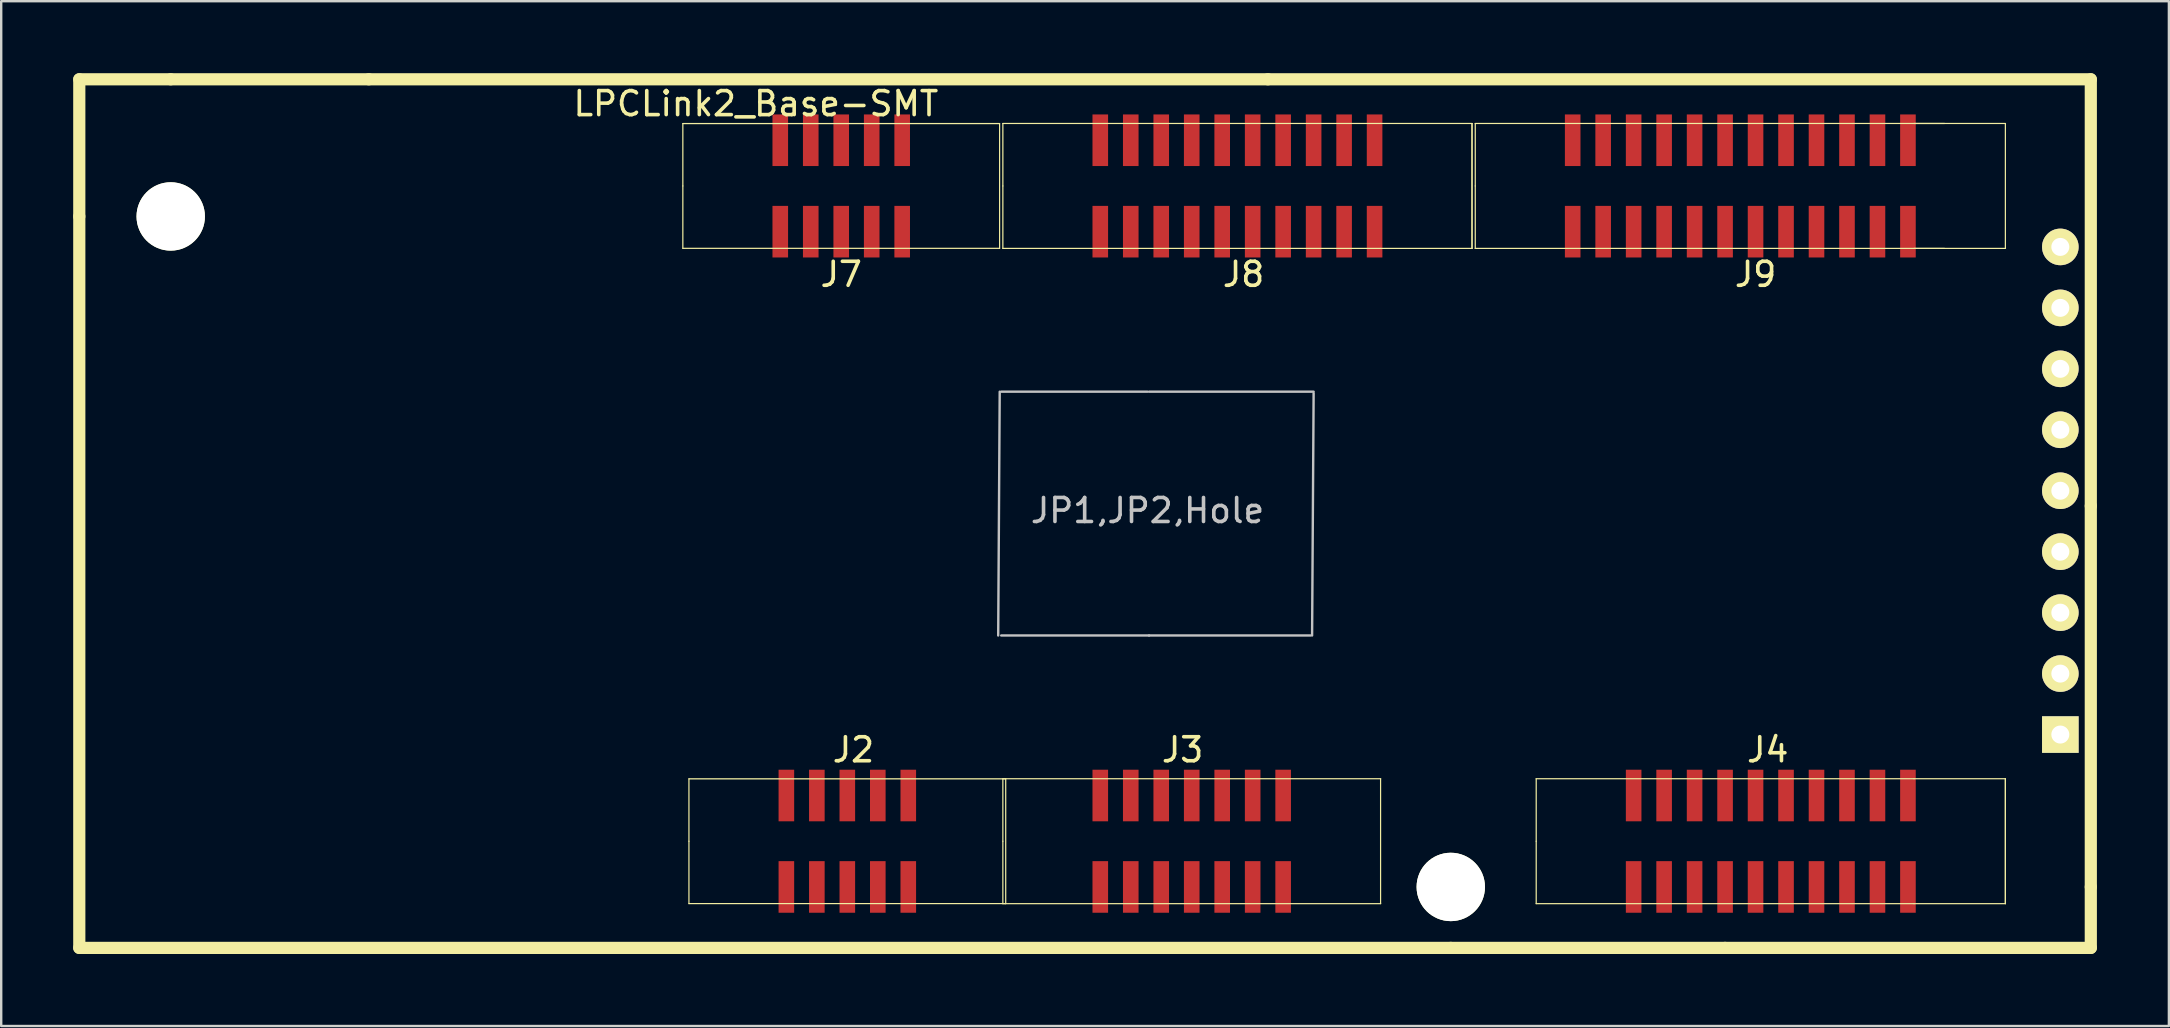
<source format=kicad_pcb>
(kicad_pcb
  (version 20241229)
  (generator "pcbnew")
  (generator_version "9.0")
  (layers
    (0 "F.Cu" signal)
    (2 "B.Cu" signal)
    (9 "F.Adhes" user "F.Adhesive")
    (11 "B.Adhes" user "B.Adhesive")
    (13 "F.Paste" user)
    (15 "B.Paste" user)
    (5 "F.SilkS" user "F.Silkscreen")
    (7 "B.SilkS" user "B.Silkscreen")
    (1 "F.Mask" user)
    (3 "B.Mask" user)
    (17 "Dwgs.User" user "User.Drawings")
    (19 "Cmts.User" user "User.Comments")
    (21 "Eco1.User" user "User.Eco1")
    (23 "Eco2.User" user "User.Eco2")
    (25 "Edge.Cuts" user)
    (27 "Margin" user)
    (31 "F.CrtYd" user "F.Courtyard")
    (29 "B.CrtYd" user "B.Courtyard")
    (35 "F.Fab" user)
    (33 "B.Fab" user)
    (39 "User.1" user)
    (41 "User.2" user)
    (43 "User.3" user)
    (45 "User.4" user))
  (footprint "LPCLink2_Base-SMT"
    (layer "F.Cu")
    (at 41.148 22.098)
    (property "Reference" "LPCLink2_Base-SMT" (at -12.7 -20.828 0) (layer "F.SilkS") (effects (font (size 1 1) (thickness 0.15))))
    (attr through_hole)
    (fp_line (start -40.894 -21.844) (end -40.894 -16.129) (stroke (width 0.508) (type solid)) (layer "F.SilkS"))
    (fp_line (start -40.894 14.351) (end -40.894 -16.129) (stroke (width 0.508) (type solid)) (layer "F.SilkS"))
    (fp_line (start -37.084 -21.844) (end -40.894 -21.844) (stroke (width 0.508) (type solid)) (layer "F.SilkS"))
    (fp_line (start -37.084 -21.844) (end -28.829 -21.844) (stroke (width 0.508) (type solid)) (layer "F.SilkS"))
    (fp_line (start -28.829 -21.844) (end 8.636 -21.844) (stroke (width 0.508) (type solid)) (layer "F.SilkS"))
    (fp_line (start -15.744 -19.999) (end -2.544 -19.999) (stroke (width 0.05) (type solid)) (layer "F.SilkS"))
    (fp_line (start -15.744 -17.399) (end -15.744 -19.999) (stroke (width 0.05) (type solid)) (layer "F.SilkS"))
    (fp_line (start -15.744 -14.799) (end -15.744 -17.399) (stroke (width 0.05) (type solid)) (layer "F.SilkS"))
    (fp_line (start -15.49 7.306) (end -2.29 7.306) (stroke (width 0.05) (type solid)) (layer "F.SilkS"))
    (fp_line (start -15.49 9.906) (end -15.49 7.306) (stroke (width 0.05) (type solid)) (layer "F.SilkS"))
    (fp_line (start -15.49 12.506) (end -15.49 9.906) (stroke (width 0.05) (type solid)) (layer "F.SilkS"))
    (fp_line (start -2.544 -19.999) (end -2.544 -14.799) (stroke (width 0.05) (type solid)) (layer "F.SilkS"))
    (fp_line (start -2.544 -14.799) (end -15.744 -14.799) (stroke (width 0.05) (type solid)) (layer "F.SilkS"))
    (fp_line (start -2.413 -20.003) (end 13.335 -20.003) (stroke (width 0.05) (type solid)) (layer "F.SilkS"))
    (fp_line (start -2.413 7.303) (end 13.335 7.303) (stroke (width 0.05) (type solid)) (layer "F.SilkS"))
    (fp_line (start -2.409 -17.399) (end -2.409 -19.999) (stroke (width 0.05) (type solid)) (layer "F.SilkS"))
    (fp_line (start -2.409 -14.799) (end -2.409 -17.399) (stroke (width 0.05) (type solid)) (layer "F.SilkS"))
    (fp_line (start -2.409 9.906) (end -2.409 7.306) (stroke (width 0.05) (type solid)) (layer "F.SilkS"))
    (fp_line (start -2.409 12.506) (end -2.409 9.906) (stroke (width 0.05) (type solid)) (layer "F.SilkS"))
    (fp_line (start -2.29 7.306) (end -2.29 12.506) (stroke (width 0.05) (type solid)) (layer "F.SilkS"))
    (fp_line (start -2.29 12.506) (end -15.49 12.506) (stroke (width 0.05) (type solid)) (layer "F.SilkS"))
    (fp_line (start 8.636 -21.844) (end 42.926 -21.844) (stroke (width 0.508) (type solid)) (layer "F.SilkS"))
    (fp_line (start 13.331 7.306) (end 13.331 12.506) (stroke (width 0.05) (type solid)) (layer "F.SilkS"))
    (fp_line (start 13.335 -20.003) (end 17.145 -20.003) (stroke (width 0.05) (type solid)) (layer "F.SilkS"))
    (fp_line (start 13.335 -14.796) (end -2.413 -14.796) (stroke (width 0.05) (type solid)) (layer "F.SilkS"))
    (fp_line (start 13.335 -14.796) (end 17.145 -14.796) (stroke (width 0.05) (type solid)) (layer "F.SilkS"))
    (fp_line (start 13.335 12.509) (end -2.413 12.509) (stroke (width 0.05) (type solid)) (layer "F.SilkS"))
    (fp_line (start 16.256 14.351) (end -40.894 14.351) (stroke (width 0.508) (type solid)) (layer "F.SilkS"))
    (fp_line (start 16.256 14.351) (end 27.686 14.351) (stroke (width 0.508) (type solid)) (layer "F.SilkS"))
    (fp_line (start 17.141 -19.999) (end 17.141 -14.799) (stroke (width 0.05) (type solid)) (layer "F.SilkS"))
    (fp_line (start 17.141 -19.999) (end 17.141 -14.799) (stroke (width 0.05) (type solid)) (layer "F.SilkS"))
    (fp_line (start 17.272 -20.003) (end 33.02 -20.003) (stroke (width 0.05) (type solid)) (layer "F.SilkS"))
    (fp_line (start 17.276 -17.399) (end 17.276 -19.999) (stroke (width 0.05) (type solid)) (layer "F.SilkS"))
    (fp_line (start 17.276 -14.799) (end 17.276 -17.399) (stroke (width 0.05) (type solid)) (layer "F.SilkS"))
    (fp_line (start 19.812 7.303) (end 35.56 7.303) (stroke (width 0.05) (type solid)) (layer "F.SilkS"))
    (fp_line (start 19.816 9.906) (end 19.816 7.306) (stroke (width 0.05) (type solid)) (layer "F.SilkS"))
    (fp_line (start 19.816 12.506) (end 19.816 9.906) (stroke (width 0.05) (type solid)) (layer "F.SilkS"))
    (fp_line (start 27.686 14.351) (end 42.926 14.351) (stroke (width 0.508) (type solid)) (layer "F.SilkS"))
    (fp_line (start 33.02 -20.003) (end 36.83 -20.003) (stroke (width 0.05) (type solid)) (layer "F.SilkS"))
    (fp_line (start 33.02 -14.796) (end 17.272 -14.796) (stroke (width 0.05) (type solid)) (layer "F.SilkS"))
    (fp_line (start 33.02 -14.796) (end 36.83 -14.796) (stroke (width 0.05) (type solid)) (layer "F.SilkS"))
    (fp_line (start 35.56 -20.003) (end 39.37 -20.003) (stroke (width 0.05) (type solid)) (layer "F.SilkS"))
    (fp_line (start 35.56 -14.796) (end 39.37 -14.796) (stroke (width 0.05) (type solid)) (layer "F.SilkS"))
    (fp_line (start 35.56 7.303) (end 39.37 7.303) (stroke (width 0.05) (type solid)) (layer "F.SilkS"))
    (fp_line (start 35.56 12.509) (end 19.812 12.509) (stroke (width 0.05) (type solid)) (layer "F.SilkS"))
    (fp_line (start 35.56 12.509) (end 39.37 12.509) (stroke (width 0.05) (type solid)) (layer "F.SilkS"))
    (fp_line (start 39.366 -19.999) (end 39.366 -14.799) (stroke (width 0.05) (type solid)) (layer "F.SilkS"))
    (fp_line (start 39.366 7.306) (end 39.366 12.506) (stroke (width 0.05) (type solid)) (layer "F.SilkS"))
    (fp_line (start 39.366 7.306) (end 39.366 12.506) (stroke (width 0.05) (type solid)) (layer "F.SilkS"))
    (fp_line (start 42.926 -21.844) (end 42.926 -4.064) (stroke (width 0.508) (type solid)) (layer "F.SilkS"))
    (fp_line (start 42.926 11.811) (end 42.926 -4.064) (stroke (width 0.508) (type solid)) (layer "F.SilkS"))
    (fp_line (start 42.926 14.351) (end 42.926 11.811) (stroke (width 0.508) (type solid)) (layer "F.SilkS"))
    (fp_line (start -2.603 1.333) (end -2.54 -8.826) (stroke (width 0.1) (type solid)) (layer "Dwgs.User"))
    (fp_line (start 3.619 -8.826) (end -2.477 -8.826) (stroke (width 0.1) (type solid)) (layer "Dwgs.User"))
    (fp_line (start 3.683 -8.826) (end 10.541 -8.826) (stroke (width 0.1) (type solid)) (layer "Dwgs.User"))
    (fp_line (start 3.683 1.333) (end -2.477 1.333) (stroke (width 0.1) (type solid)) (layer "Dwgs.User"))
    (fp_line (start 3.683 1.333) (end 10.414 1.333) (stroke (width 0.1) (type solid)) (layer "Dwgs.User"))
    (fp_line (start 10.477 1.333) (end 10.541 -8.763) (stroke (width 0.1) (type solid)) (layer "Dwgs.User"))
    (fp_text user "J4" (at 29.464 6.096 0) (layer "F.SilkS") (effects (font (size 1 1) (thickness 0.15))))
    (fp_text user "J8" (at 7.62 -13.716 0) (layer "F.SilkS") (effects (font (size 1 1) (thickness 0.15))))
    (fp_text user "J9" (at 28.956 -13.716 0) (layer "F.SilkS") (effects (font (size 1 1) (thickness 0.15))))
    (fp_text user "J2" (at -8.636 6.096 0) (layer "F.SilkS") (effects (font (size 1 1) (thickness 0.15))))
    (fp_text user "J7" (at -9.144 -13.716 0) (layer "F.SilkS") (effects (font (size 1 1) (thickness 0.15))))
    (fp_text user "J3" (at 5.08 6.096 0) (layer "F.SilkS") (effects (font (size 1 1) (thickness 0.15))))
    (fp_text user "JP1,JP2,Hole" (at 3.619 -3.873 0) (layer "Dwgs.User") (effects (font (size 1 1) (thickness 0.15))))
    (pad "" np_thru_hole circle (at -37.084 -16.129) (size 2.85 2.85) (drill 2.85) (layers "*.Cu" "*.Mask" "F.SilkS"))
    (pad "" np_thru_hole circle (at 16.256 11.811) (size 2.85 2.85) (drill 2.85) (layers "*.Cu" "*.Mask" "F.SilkS"))
    (pad "2-1" smd rect (at -11.43 8.001) (size 0.65 2.15) (layers "F.Cu" "F.Mask" "F.Paste"))
    (pad "2-2" smd rect (at -11.43 11.811) (size 0.65 2.15) (layers "F.Cu" "F.Mask" "F.Paste"))
    (pad "2-3" smd rect (at -10.16 8.001) (size 0.65 2.15) (layers "F.Cu" "F.Mask" "F.Paste"))
    (pad "2-4" smd rect (at -10.16 11.811) (size 0.65 2.15) (layers "F.Cu" "F.Mask" "F.Paste"))
    (pad "2-5" smd rect (at -8.89 8.001) (size 0.65 2.15) (layers "F.Cu" "F.Mask" "F.Paste"))
    (pad "2-6" smd rect (at -8.89 11.811) (size 0.65 2.15) (layers "F.Cu" "F.Mask" "F.Paste"))
    (pad "2-7" smd rect (at -7.62 8.001) (size 0.65 2.15) (layers "F.Cu" "F.Mask" "F.Paste"))
    (pad "2-8" smd rect (at -7.62 11.811) (size 0.65 2.15) (layers "F.Cu" "F.Mask" "F.Paste"))
    (pad "2-9" smd rect (at -6.35 8.001) (size 0.65 2.15) (layers "F.Cu" "F.Mask" "F.Paste"))
    (pad "2-10" smd rect (at -6.35 11.811) (size 0.65 2.15) (layers "F.Cu" "F.Mask" "F.Paste"))
    (pad "3-1" smd rect (at 1.651 8.001) (size 0.65 2.15) (layers "F.Cu" "F.Mask" "F.Paste"))
    (pad "3-2" smd rect (at 1.651 11.811) (size 0.65 2.15) (layers "F.Cu" "F.Mask" "F.Paste"))
    (pad "3-3" smd rect (at 2.921 8.001) (size 0.65 2.15) (layers "F.Cu" "F.Mask" "F.Paste"))
    (pad "3-4" smd rect (at 2.921 11.811) (size 0.65 2.15) (layers "F.Cu" "F.Mask" "F.Paste"))
    (pad "3-5" smd rect (at 4.191 8.001) (size 0.65 2.15) (layers "F.Cu" "F.Mask" "F.Paste"))
    (pad "3-6" smd rect (at 4.191 11.811) (size 0.65 2.15) (layers "F.Cu" "F.Mask" "F.Paste"))
    (pad "3-7" smd rect (at 5.461 8.001) (size 0.65 2.15) (layers "F.Cu" "F.Mask" "F.Paste"))
    (pad "3-8" smd rect (at 5.461 11.811) (size 0.65 2.15) (layers "F.Cu" "F.Mask" "F.Paste"))
    (pad "3-9" smd rect (at 6.731 8.001) (size 0.65 2.15) (layers "F.Cu" "F.Mask" "F.Paste"))
    (pad "3-10" smd rect (at 6.731 11.811) (size 0.65 2.15) (layers "F.Cu" "F.Mask" "F.Paste"))
    (pad "3-11" smd rect (at 8.001 8.001) (size 0.65 2.15) (layers "F.Cu" "F.Mask" "F.Paste"))
    (pad "3-12" smd rect (at 8.001 11.811) (size 0.65 2.15) (layers "F.Cu" "F.Mask" "F.Paste"))
    (pad "3-13" smd rect (at 9.271 8.001) (size 0.65 2.15) (layers "F.Cu" "F.Mask" "F.Paste"))
    (pad "3-14" smd rect (at 9.271 11.811) (size 0.65 2.15) (layers "F.Cu" "F.Mask" "F.Paste"))
    (pad "4-1" smd rect (at 23.876 8.001) (size 0.65 2.15) (layers "F.Cu" "F.Mask" "F.Paste"))
    (pad "4-2" smd rect (at 23.876 11.811) (size 0.65 2.15) (layers "F.Cu" "F.Mask" "F.Paste"))
    (pad "4-3" smd rect (at 25.146 8.001) (size 0.65 2.15) (layers "F.Cu" "F.Mask" "F.Paste"))
    (pad "4-4" smd rect (at 25.146 11.811) (size 0.65 2.15) (layers "F.Cu" "F.Mask" "F.Paste"))
    (pad "4-5" smd rect (at 26.416 8.001) (size 0.65 2.15) (layers "F.Cu" "F.Mask" "F.Paste"))
    (pad "4-6" smd rect (at 26.416 11.811) (size 0.65 2.15) (layers "F.Cu" "F.Mask" "F.Paste"))
    (pad "4-7" smd rect (at 27.686 8.001) (size 0.65 2.15) (layers "F.Cu" "F.Mask" "F.Paste"))
    (pad "4-8" smd rect (at 27.686 11.811) (size 0.65 2.15) (layers "F.Cu" "F.Mask" "F.Paste"))
    (pad "4-9" smd rect (at 28.956 8.001) (size 0.65 2.15) (layers "F.Cu" "F.Mask" "F.Paste"))
    (pad "4-10" smd rect (at 28.956 11.811) (size 0.65 2.15) (layers "F.Cu" "F.Mask" "F.Paste"))
    (pad "4-11" smd rect (at 30.226 8.001) (size 0.65 2.15) (layers "F.Cu" "F.Mask" "F.Paste"))
    (pad "4-12" smd rect (at 30.226 11.811) (size 0.65 2.15) (layers "F.Cu" "F.Mask" "F.Paste"))
    (pad "4-13" smd rect (at 31.496 8.001) (size 0.65 2.15) (layers "F.Cu" "F.Mask" "F.Paste"))
    (pad "4-14" smd rect (at 31.496 11.811) (size 0.65 2.15) (layers "F.Cu" "F.Mask" "F.Paste"))
    (pad "4-15" smd rect (at 32.766 8.001) (size 0.65 2.15) (layers "F.Cu" "F.Mask" "F.Paste"))
    (pad "4-16" smd rect (at 32.766 11.811) (size 0.65 2.15) (layers "F.Cu" "F.Mask" "F.Paste"))
    (pad "4-17" smd rect (at 34.036 8.001) (size 0.65 2.15) (layers "F.Cu" "F.Mask" "F.Paste"))
    (pad "4-18" smd rect (at 34.036 11.811) (size 0.65 2.15) (layers "F.Cu" "F.Mask" "F.Paste"))
    (pad "4-19" smd rect (at 35.306 8.001) (size 0.65 2.15) (layers "F.Cu" "F.Mask" "F.Paste"))
    (pad "4-20" smd rect (at 35.306 11.811) (size 0.65 2.15) (layers "F.Cu" "F.Mask" "F.Paste"))
    (pad "6-1" thru_hole rect (at 41.656 5.461) (size 1.524 1.524) (drill 0.75) (layers "*.Cu" "*.Mask" "F.SilkS"))
    (pad "6-2" thru_hole circle (at 41.656 2.921) (size 1.524 1.524) (drill 0.75) (layers "*.Cu" "*.Mask" "F.SilkS"))
    (pad "6-3" thru_hole circle (at 41.656 0.381) (size 1.524 1.524) (drill 0.75) (layers "*.Cu" "*.Mask" "F.SilkS"))
    (pad "6-4" thru_hole circle (at 41.656 -2.159) (size 1.524 1.524) (drill 0.75) (layers "*.Cu" "*.Mask" "F.SilkS"))
    (pad "6-5" thru_hole circle (at 41.656 -4.699) (size 1.524 1.524) (drill 0.75) (layers "*.Cu" "*.Mask" "F.SilkS"))
    (pad "6-6" thru_hole circle (at 41.656 -7.239) (size 1.524 1.524) (drill 0.75) (layers "*.Cu" "*.Mask" "F.SilkS"))
    (pad "6-7" thru_hole circle (at 41.656 -9.779) (size 1.524 1.524) (drill 0.75) (layers "*.Cu" "*.Mask" "F.SilkS"))
    (pad "6-8" thru_hole circle (at 41.656 -12.319) (size 1.524 1.524) (drill 0.75) (layers "*.Cu" "*.Mask" "F.SilkS"))
    (pad "6-9" thru_hole circle (at 41.656 -14.859) (size 1.524 1.524) (drill 0.75) (layers "*.Cu" "*.Mask" "F.SilkS"))
    (pad "7-1" smd rect (at -11.684 -19.304) (size 0.65 2.15) (layers "F.Cu" "F.Mask" "F.Paste"))
    (pad "7-2" smd rect (at -11.684 -15.494) (size 0.65 2.15) (layers "F.Cu" "F.Mask" "F.Paste"))
    (pad "7-3" smd rect (at -10.414 -19.304) (size 0.65 2.15) (layers "F.Cu" "F.Mask" "F.Paste"))
    (pad "7-4" smd rect (at -10.414 -15.494) (size 0.65 2.15) (layers "F.Cu" "F.Mask" "F.Paste"))
    (pad "7-5" smd rect (at -9.144 -19.304) (size 0.65 2.15) (layers "F.Cu" "F.Mask" "F.Paste"))
    (pad "7-6" smd rect (at -9.144 -15.494) (size 0.65 2.15) (layers "F.Cu" "F.Mask" "F.Paste"))
    (pad "7-7" smd rect (at -7.874 -19.304) (size 0.65 2.15) (layers "F.Cu" "F.Mask" "F.Paste"))
    (pad "7-8" smd rect (at -7.874 -15.494) (size 0.65 2.15) (layers "F.Cu" "F.Mask" "F.Paste"))
    (pad "7-9" smd rect (at -6.604 -19.304) (size 0.65 2.15) (layers "F.Cu" "F.Mask" "F.Paste"))
    (pad "7-10" smd rect (at -6.604 -15.494) (size 0.65 2.15) (layers "F.Cu" "F.Mask" "F.Paste"))
    (pad "8-1" smd rect (at 1.651 -19.304) (size 0.65 2.15) (layers "F.Cu" "F.Mask" "F.Paste"))
    (pad "8-2" smd rect (at 1.651 -15.494) (size 0.65 2.15) (layers "F.Cu" "F.Mask" "F.Paste"))
    (pad "8-3" smd rect (at 2.921 -19.304) (size 0.65 2.15) (layers "F.Cu" "F.Mask" "F.Paste"))
    (pad "8-4" smd rect (at 2.921 -15.494) (size 0.65 2.15) (layers "F.Cu" "F.Mask" "F.Paste"))
    (pad "8-5" smd rect (at 4.191 -19.304) (size 0.65 2.15) (layers "F.Cu" "F.Mask" "F.Paste"))
    (pad "8-6" smd rect (at 4.191 -15.494) (size 0.65 2.15) (layers "F.Cu" "F.Mask" "F.Paste"))
    (pad "8-7" smd rect (at 5.461 -19.304) (size 0.65 2.15) (layers "F.Cu" "F.Mask" "F.Paste"))
    (pad "8-8" smd rect (at 5.461 -15.494) (size 0.65 2.15) (layers "F.Cu" "F.Mask" "F.Paste"))
    (pad "8-9" smd rect (at 6.731 -19.304) (size 0.65 2.15) (layers "F.Cu" "F.Mask" "F.Paste"))
    (pad "8-10" smd rect (at 6.731 -15.494) (size 0.65 2.15) (layers "F.Cu" "F.Mask" "F.Paste"))
    (pad "8-11" smd rect (at 8.001 -19.304) (size 0.65 2.15) (layers "F.Cu" "F.Mask" "F.Paste"))
    (pad "8-12" smd rect (at 8.001 -15.494) (size 0.65 2.15) (layers "F.Cu" "F.Mask" "F.Paste"))
    (pad "8-13" smd rect (at 9.271 -19.304) (size 0.65 2.15) (layers "F.Cu" "F.Mask" "F.Paste"))
    (pad "8-14" smd rect (at 9.271 -15.494) (size 0.65 2.15) (layers "F.Cu" "F.Mask" "F.Paste"))
    (pad "8-15" smd rect (at 10.541 -19.304) (size 0.65 2.15) (layers "F.Cu" "F.Mask" "F.Paste"))
    (pad "8-16" smd rect (at 10.541 -15.494) (size 0.65 2.15) (layers "F.Cu" "F.Mask" "F.Paste"))
    (pad "8-17" smd rect (at 11.811 -19.304) (size 0.65 2.15) (layers "F.Cu" "F.Mask" "F.Paste"))
    (pad "8-18" smd rect (at 11.811 -15.494) (size 0.65 2.15) (layers "F.Cu" "F.Mask" "F.Paste"))
    (pad "8-19" smd rect (at 13.081 -19.304) (size 0.65 2.15) (layers "F.Cu" "F.Mask" "F.Paste"))
    (pad "8-20" smd rect (at 13.081 -15.494) (size 0.65 2.15) (layers "F.Cu" "F.Mask" "F.Paste"))
    (pad "9-1" smd rect (at 21.336 -19.304) (size 0.65 2.15) (layers "F.Cu" "F.Mask" "F.Paste"))
    (pad "9-2" smd rect (at 21.336 -15.494) (size 0.65 2.15) (layers "F.Cu" "F.Mask" "F.Paste"))
    (pad "9-3" smd rect (at 22.606 -19.304) (size 0.65 2.15) (layers "F.Cu" "F.Mask" "F.Paste"))
    (pad "9-4" smd rect (at 22.606 -15.494) (size 0.65 2.15) (layers "F.Cu" "F.Mask" "F.Paste"))
    (pad "9-5" smd rect (at 23.876 -19.304) (size 0.65 2.15) (layers "F.Cu" "F.Mask" "F.Paste"))
    (pad "9-6" smd rect (at 23.876 -15.494) (size 0.65 2.15) (layers "F.Cu" "F.Mask" "F.Paste"))
    (pad "9-7" smd rect (at 25.146 -19.304) (size 0.65 2.15) (layers "F.Cu" "F.Mask" "F.Paste"))
    (pad "9-8" smd rect (at 25.146 -15.494) (size 0.65 2.15) (layers "F.Cu" "F.Mask" "F.Paste"))
    (pad "9-9" smd rect (at 26.416 -19.304) (size 0.65 2.15) (layers "F.Cu" "F.Mask" "F.Paste"))
    (pad "9-10" smd rect (at 26.416 -15.494) (size 0.65 2.15) (layers "F.Cu" "F.Mask" "F.Paste"))
    (pad "9-11" smd rect (at 27.686 -19.304) (size 0.65 2.15) (layers "F.Cu" "F.Mask" "F.Paste"))
    (pad "9-12" smd rect (at 27.686 -15.494) (size 0.65 2.15) (layers "F.Cu" "F.Mask" "F.Paste"))
    (pad "9-13" smd rect (at 28.956 -19.304) (size 0.65 2.15) (layers "F.Cu" "F.Mask" "F.Paste"))
    (pad "9-14" smd rect (at 28.956 -15.494) (size 0.65 2.15) (layers "F.Cu" "F.Mask" "F.Paste"))
    (pad "9-15" smd rect (at 30.226 -19.304) (size 0.65 2.15) (layers "F.Cu" "F.Mask" "F.Paste"))
    (pad "9-16" smd rect (at 30.226 -15.494) (size 0.65 2.15) (layers "F.Cu" "F.Mask" "F.Paste"))
    (pad "9-17" smd rect (at 31.496 -19.304) (size 0.65 2.15) (layers "F.Cu" "F.Mask" "F.Paste"))
    (pad "9-18" smd rect (at 31.496 -15.494) (size 0.65 2.15) (layers "F.Cu" "F.Mask" "F.Paste"))
    (pad "9-19" smd rect (at 32.766 -19.304) (size 0.65 2.15) (layers "F.Cu" "F.Mask" "F.Paste"))
    (pad "9-20" smd rect (at 32.766 -15.494) (size 0.65 2.15) (layers "F.Cu" "F.Mask" "F.Paste"))
    (pad "9-21" smd rect (at 34.036 -19.304) (size 0.65 2.15) (layers "F.Cu" "F.Mask" "F.Paste"))
    (pad "9-22" smd rect (at 34.036 -15.494) (size 0.65 2.15) (layers "F.Cu" "F.Mask" "F.Paste"))
    (pad "9-23" smd rect (at 35.306 -19.304) (size 0.65 2.15) (layers "F.Cu" "F.Mask" "F.Paste"))
    (pad "9-24" smd rect (at 35.306 -15.494) (size 0.65 2.15) (layers "F.Cu" "F.Mask" "F.Paste")))
  (gr_rect
    (start -3 -3)
    (end 87.328 39.703)
    (stroke (width 0.1) (type default))
    (fill no)
    (layer "Edge.Cuts")))
</source>
